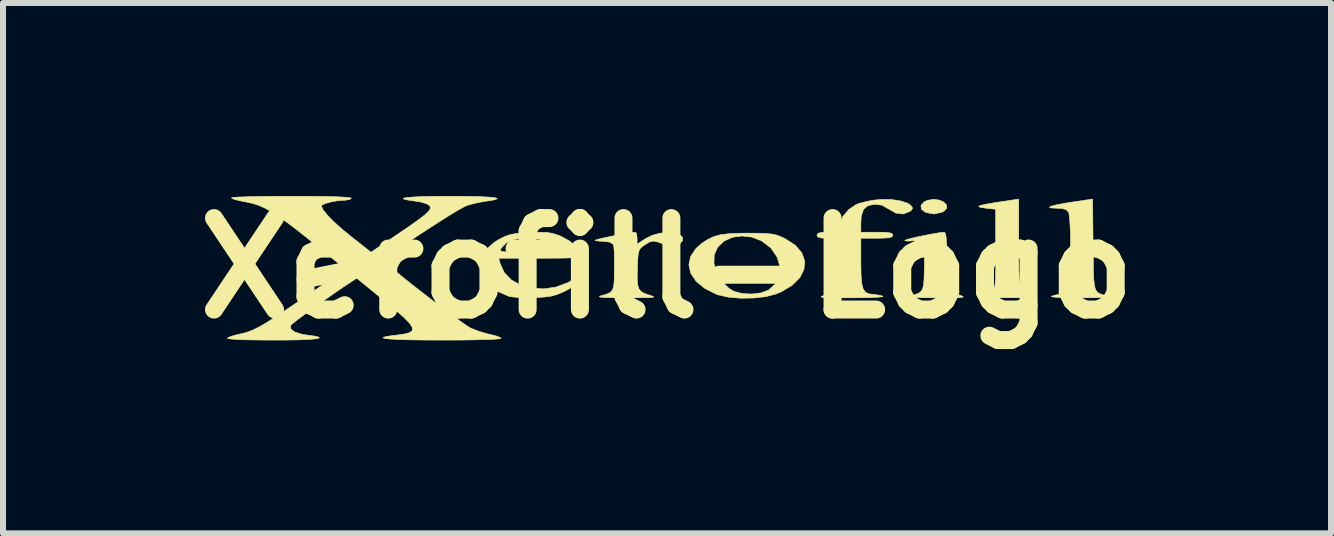
<source format=kicad_pcb>
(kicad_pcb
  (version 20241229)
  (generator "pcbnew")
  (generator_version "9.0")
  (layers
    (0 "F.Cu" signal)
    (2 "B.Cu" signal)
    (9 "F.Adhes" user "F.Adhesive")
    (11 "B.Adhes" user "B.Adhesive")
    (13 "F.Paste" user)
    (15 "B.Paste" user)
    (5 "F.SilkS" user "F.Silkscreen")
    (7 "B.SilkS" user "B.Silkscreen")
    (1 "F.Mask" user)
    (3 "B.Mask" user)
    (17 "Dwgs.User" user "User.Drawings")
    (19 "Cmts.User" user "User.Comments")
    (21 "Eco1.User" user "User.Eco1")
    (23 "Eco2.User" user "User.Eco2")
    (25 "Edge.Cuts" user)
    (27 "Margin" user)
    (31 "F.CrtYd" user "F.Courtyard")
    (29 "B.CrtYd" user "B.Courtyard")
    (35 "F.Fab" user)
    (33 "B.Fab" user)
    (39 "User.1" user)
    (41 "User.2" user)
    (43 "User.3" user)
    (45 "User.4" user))
  (footprint "Xerofill-Logo"
    (layer "F.Cu")
    (at 8.063 1.418)
    (property "Reference" "Xerofill-Logo" (at 0 0 0) (layer "F.SilkS") (effects (font (size 1.524 1.524) (thickness 0.3))))
    (attr through_hole)
    (fp_poly (pts (xy 4.537 -1.134) (xy 4.612 -1.1) (xy 4.656 -1.052) (xy 4.66 -0.999) (xy 4.614 -0.95) (xy 4.575 -0.931) (xy 4.447 -0.903) (xy 4.323 -0.926) (xy 4.303 -0.933) (xy 4.238 -0.982) (xy 4.231 -1.044) (xy 4.279 -1.102) (xy 4.338 -1.13) (xy 4.443 -1.147) (xy 4.537 -1.134)) (stroke (width 0.01) (type solid)) (fill yes) (layer "F.SilkS"))
    (fp_poly (pts (xy 5.859 -0.413) (xy 5.859 -0.163) (xy 5.861 0.028) (xy 5.867 0.17) (xy 5.879 0.271) (xy 5.899 0.34) (xy 5.931 0.385) (xy 5.975 0.414) (xy 6.034 0.437) (xy 6.088 0.454) (xy 6.124 0.468) (xy 6.125 0.479) (xy 6.084 0.486) (xy 5.995 0.49) (xy 5.851 0.492) (xy 5.676 0.492) (xy 5.477 0.492) (xy 5.339 0.489) (xy 5.259 0.483) (xy 5.23 0.475) (xy 5.248 0.463) (xy 5.26 0.46) (xy 5.332 0.44) (xy 5.385 0.421) (xy 5.424 0.393) (xy 5.45 0.347) (xy 5.465 0.274) (xy 5.473 0.166) (xy 5.476 0.014) (xy 5.476 -0.193) (xy 5.476 -0.303) (xy 5.476 -0.982) (xy 5.31 -1) (xy 5.224 -1.013) (xy 5.192 -1.027) (xy 5.215 -1.043) (xy 5.297 -1.063) (xy 5.44 -1.088) (xy 5.551 -1.105) (xy 5.859 -1.151) (xy 5.859 -0.413)) (stroke (width 0.01) (type solid)) (fill yes) (layer "F.SilkS"))
    (fp_poly (pts (xy 7.098 -0.388) (xy 7.101 -0.139) (xy 7.104 0.051) (xy 7.11 0.191) (xy 7.121 0.29) (xy 7.139 0.357) (xy 7.166 0.398) (xy 7.205 0.424) (xy 7.258 0.442) (xy 7.324 0.46) (xy 7.353 0.472) (xy 7.336 0.481) (xy 7.268 0.488) (xy 7.146 0.492) (xy 6.963 0.493) (xy 6.891 0.494) (xy 6.692 0.492) (xy 6.541 0.488) (xy 6.443 0.481) (xy 6.403 0.472) (xy 6.408 0.466) (xy 6.499 0.441) (xy 6.548 0.435) (xy 6.607 0.426) (xy 6.651 0.396) (xy 6.683 0.339) (xy 6.704 0.246) (xy 6.717 0.109) (xy 6.723 -0.08) (xy 6.725 -0.293) (xy 6.723 -0.501) (xy 6.717 -0.68) (xy 6.708 -0.819) (xy 6.697 -0.909) (xy 6.69 -0.934) (xy 6.649 -0.977) (xy 6.573 -0.996) (xy 6.501 -0.999) (xy 6.405 -1.003) (xy 6.371 -1.014) (xy 6.398 -1.032) (xy 6.483 -1.054) (xy 6.623 -1.081) (xy 6.743 -1.1) (xy 7.09 -1.151) (xy 7.098 -0.388)) (stroke (width 0.01) (type solid)) (fill yes) (layer "F.SilkS"))
    (fp_poly (pts (xy 4.638 -0.579) (xy 4.65 -0.516) (xy 4.657 -0.402) (xy 4.661 -0.231) (xy 4.661 -0.141) (xy 4.663 0.029) (xy 4.668 0.177) (xy 4.676 0.289) (xy 4.686 0.352) (xy 4.688 0.358) (xy 4.734 0.393) (xy 4.819 0.432) (xy 4.862 0.446) (xy 4.914 0.464) (xy 4.936 0.476) (xy 4.923 0.484) (xy 4.867 0.489) (xy 4.762 0.492) (xy 4.602 0.493) (xy 4.477 0.493) (xy 4.278 0.492) (xy 4.141 0.489) (xy 4.06 0.483) (xy 4.032 0.475) (xy 4.05 0.463) (xy 4.061 0.46) (xy 4.152 0.433) (xy 4.214 0.405) (xy 4.251 0.363) (xy 4.272 0.295) (xy 4.282 0.186) (xy 4.287 0.026) (xy 4.287 0.001) (xy 4.289 -0.188) (xy 4.283 -0.319) (xy 4.263 -0.402) (xy 4.226 -0.447) (xy 4.167 -0.462) (xy 4.088 -0.456) (xy 4.007 -0.451) (xy 3.964 -0.458) (xy 3.961 -0.462) (xy 3.991 -0.476) (xy 4.07 -0.497) (xy 4.181 -0.523) (xy 4.308 -0.549) (xy 4.433 -0.573) (xy 4.54 -0.591) (xy 4.613 -0.599) (xy 4.62 -0.599) (xy 4.638 -0.579)) (stroke (width 0.01) (type solid)) (fill yes) (layer "F.SilkS"))
    (fp_poly (pts (xy 1.529 -0.582) (xy 1.659 -0.577) (xy 1.755 -0.567) (xy 1.832 -0.549) (xy 1.906 -0.52) (xy 1.971 -0.489) (xy 2.138 -0.381) (xy 2.245 -0.255) (xy 2.293 -0.119) (xy 2.281 0.02) (xy 2.213 0.156) (xy 2.088 0.282) (xy 1.909 0.39) (xy 1.814 0.43) (xy 1.645 0.474) (xy 1.441 0.497) (xy 1.225 0.5) (xy 1.02 0.482) (xy 0.851 0.444) (xy 0.827 0.436) (xy 0.628 0.336) (xy 0.484 0.217) (xy 0.395 0.084) (xy 0.364 -0.055) (xy 0.369 -0.078) (xy 0.782 -0.078) (xy 0.829 0.077) (xy 0.914 0.221) (xy 1.03 0.336) (xy 1.114 0.386) (xy 1.253 0.423) (xy 1.416 0.431) (xy 1.572 0.411) (xy 1.691 0.365) (xy 1.809 0.26) (xy 1.872 0.126) (xy 1.882 -0.025) (xy 1.837 -0.18) (xy 1.738 -0.327) (xy 1.715 -0.35) (xy 1.574 -0.456) (xy 1.414 -0.518) (xy 1.248 -0.537) (xy 1.09 -0.515) (xy 0.952 -0.453) (xy 0.846 -0.354) (xy 0.786 -0.223) (xy 0.782 -0.078) (xy 0.369 -0.078) (xy 0.393 -0.195) (xy 0.483 -0.329) (xy 0.574 -0.409) (xy 0.676 -0.477) (xy 0.777 -0.525) (xy 0.89 -0.557) (xy 1.032 -0.574) (xy 1.216 -0.582) (xy 1.348 -0.583) (xy 1.529 -0.582)) (stroke (width 0.01) (type solid)) (fill yes) (layer "F.SilkS"))
    (fp_poly (pts (xy -0.507 -0.57) (xy -0.499 -0.5) (xy -0.499 -0.499) (xy -0.499 -0.399) (xy -0.363 -0.489) (xy -0.248 -0.546) (xy -0.12 -0.582) (xy 0.007 -0.595) (xy 0.121 -0.588) (xy 0.209 -0.561) (xy 0.257 -0.514) (xy 0.257 -0.455) (xy 0.204 -0.401) (xy 0.111 -0.375) (xy 0.003 -0.382) (xy -0.047 -0.397) (xy -0.157 -0.438) (xy -0.231 -0.452) (xy -0.292 -0.437) (xy -0.364 -0.394) (xy -0.367 -0.392) (xy -0.423 -0.352) (xy -0.458 -0.313) (xy -0.477 -0.258) (xy -0.487 -0.171) (xy -0.492 -0.034) (xy -0.493 -0.032) (xy -0.497 0.141) (xy -0.492 0.261) (xy -0.472 0.34) (xy -0.434 0.389) (xy -0.372 0.422) (xy -0.308 0.444) (xy -0.252 0.462) (xy -0.224 0.475) (xy -0.231 0.484) (xy -0.28 0.489) (xy -0.378 0.491) (xy -0.53 0.492) (xy -0.682 0.492) (xy -0.882 0.492) (xy -1.019 0.489) (xy -1.1 0.483) (xy -1.128 0.475) (xy -1.11 0.463) (xy -1.099 0.46) (xy -1.006 0.433) (xy -0.945 0.404) (xy -0.907 0.362) (xy -0.887 0.291) (xy -0.878 0.181) (xy -0.874 0.017) (xy -0.874 0.013) (xy -0.873 -0.14) (xy -0.878 -0.27) (xy -0.887 -0.363) (xy -0.897 -0.399) (xy -0.955 -0.434) (xy -1.058 -0.448) (xy -1.064 -0.448) (xy -1.148 -0.452) (xy -1.195 -0.462) (xy -1.198 -0.466) (xy -1.168 -0.477) (xy -1.089 -0.497) (xy -0.978 -0.521) (xy -0.851 -0.547) (xy -0.725 -0.57) (xy -0.616 -0.589) (xy -0.542 -0.599) (xy -0.524 -0.6) (xy -0.507 -0.57)) (stroke (width 0.01) (type solid)) (fill yes) (layer "F.SilkS"))
    (fp_poly (pts (xy 3.751 -1.142) (xy 3.901 -1.118) (xy 4.016 -1.078) (xy 4.06 -1.046) (xy 4.092 -1.003) (xy 4.072 -0.967) (xy 4.047 -0.947) (xy 3.936 -0.903) (xy 3.812 -0.918) (xy 3.701 -0.982) (xy 3.581 -1.05) (xy 3.468 -1.065) (xy 3.35 -1.045) (xy 3.274 -0.981) (xy 3.236 -0.867) (xy 3.229 -0.758) (xy 3.229 -0.599) (xy 3.495 -0.599) (xy 3.632 -0.597) (xy 3.714 -0.588) (xy 3.753 -0.571) (xy 3.762 -0.549) (xy 3.749 -0.524) (xy 3.704 -0.508) (xy 3.613 -0.501) (xy 3.495 -0.499) (xy 3.229 -0.499) (xy 3.229 -0.088) (xy 3.232 0.11) (xy 3.243 0.251) (xy 3.267 0.345) (xy 3.306 0.401) (xy 3.364 0.428) (xy 3.431 0.436) (xy 3.529 0.449) (xy 3.595 0.466) (xy 3.593 0.475) (xy 3.531 0.482) (xy 3.416 0.488) (xy 3.255 0.492) (xy 3.079 0.493) (xy 2.869 0.493) (xy 2.719 0.491) (xy 2.623 0.488) (xy 2.575 0.483) (xy 2.568 0.474) (xy 2.595 0.462) (xy 2.634 0.451) (xy 2.733 0.421) (xy 2.807 0.394) (xy 2.826 0.385) (xy 2.843 0.34) (xy 2.856 0.23) (xy 2.862 0.057) (xy 2.863 -0.069) (xy 2.863 -0.499) (xy 2.68 -0.499) (xy 2.569 -0.504) (xy 2.513 -0.52) (xy 2.497 -0.549) (xy 2.513 -0.58) (xy 2.572 -0.595) (xy 2.676 -0.599) (xy 2.854 -0.599) (xy 2.875 -0.725) (xy 2.926 -0.857) (xy 3.028 -0.977) (xy 3.147 -1.058) (xy 3.215 -1.083) (xy 3.323 -1.11) (xy 3.422 -1.131) (xy 3.585 -1.147) (xy 3.751 -1.142)) (stroke (width 0.01) (type solid)) (fill yes) (layer "F.SilkS"))
    (fp_poly (pts (xy -1.996 -0.594) (xy -1.904 -0.579) (xy -1.818 -0.551) (xy -1.769 -0.532) (xy -1.622 -0.451) (xy -1.519 -0.356) (xy -1.468 -0.259) (xy -1.465 -0.229) (xy -1.468 -0.207) (xy -1.485 -0.192) (xy -1.522 -0.181) (xy -1.59 -0.173) (xy -1.696 -0.169) (xy -1.849 -0.167) (xy -2.057 -0.166) (xy -2.134 -0.166) (xy -2.804 -0.166) (xy -2.781 -0.077) (xy -2.711 0.076) (xy -2.592 0.197) (xy -2.436 0.284) (xy -2.252 0.334) (xy -2.054 0.345) (xy -1.85 0.315) (xy -1.653 0.242) (xy -1.549 0.182) (xy -1.466 0.133) (xy -1.402 0.109) (xy -1.387 0.109) (xy -1.378 0.136) (xy -1.415 0.186) (xy -1.488 0.25) (xy -1.586 0.318) (xy -1.697 0.38) (xy -1.723 0.393) (xy -1.832 0.438) (xy -1.936 0.467) (xy -2.059 0.482) (xy -2.225 0.489) (xy -2.23 0.489) (xy -2.379 0.49) (xy -2.51 0.485) (xy -2.604 0.475) (xy -2.63 0.47) (xy -2.835 0.381) (xy -2.982 0.264) (xy -3.069 0.123) (xy -3.096 -0.028) (xy -3.074 -0.188) (xy -3.011 -0.306) (xy -2.775 -0.306) (xy -2.77 -0.288) (xy -2.739 -0.276) (xy -2.672 -0.27) (xy -2.56 -0.267) (xy -2.393 -0.266) (xy -2.349 -0.266) (xy -1.899 -0.266) (xy -1.936 -0.347) (xy -2.007 -0.428) (xy -2.121 -0.482) (xy -2.262 -0.507) (xy -2.413 -0.505) (xy -2.558 -0.476) (xy -2.679 -0.421) (xy -2.76 -0.338) (xy -2.763 -0.333) (xy -2.775 -0.306) (xy -3.011 -0.306) (xy -3.004 -0.319) (xy -2.879 -0.43) (xy -2.794 -0.482) (xy -2.7 -0.529) (xy -2.614 -0.559) (xy -2.515 -0.578) (xy -2.381 -0.589) (xy -2.278 -0.593) (xy -2.114 -0.598) (xy -1.996 -0.594)) (stroke (width 0.01) (type solid)) (fill yes) (layer "F.SilkS"))
    (fp_poly (pts (xy -3.34 -1.197) (xy -3.124 -1.192) (xy -2.966 -1.184) (xy -2.867 -1.173) (xy -2.829 -1.16) (xy -2.854 -1.144) (xy -2.942 -1.126) (xy -3.02 -1.116) (xy -3.155 -1.092) (xy -3.288 -1.059) (xy -3.345 -1.04) (xy -3.409 -1.008) (xy -3.514 -0.948) (xy -3.649 -0.866) (xy -3.805 -0.767) (xy -3.974 -0.659) (xy -4.145 -0.547) (xy -4.311 -0.437) (xy -4.46 -0.335) (xy -4.585 -0.248) (xy -4.676 -0.181) (xy -4.723 -0.141) (xy -4.727 -0.133) (xy -4.702 -0.103) (xy -4.631 -0.039) (xy -4.524 0.051) (xy -4.388 0.162) (xy -4.232 0.286) (xy -4.063 0.418) (xy -3.892 0.55) (xy -3.725 0.677) (xy -3.571 0.792) (xy -3.438 0.888) (xy -3.336 0.959) (xy -3.271 0.999) (xy -3.267 1) (xy -3.145 1.049) (xy -3.002 1.091) (xy -2.943 1.105) (xy -2.844 1.13) (xy -2.779 1.155) (xy -2.763 1.17) (xy -2.795 1.177) (xy -2.885 1.184) (xy -3.026 1.189) (xy -3.208 1.194) (xy -3.424 1.197) (xy -3.666 1.198) (xy -3.745 1.198) (xy -4.055 1.197) (xy -4.308 1.193) (xy -4.504 1.187) (xy -4.64 1.178) (xy -4.716 1.167) (xy -4.729 1.154) (xy -4.679 1.139) (xy -4.565 1.122) (xy -4.518 1.117) (xy -4.385 1.099) (xy -4.293 1.076) (xy -4.245 1.041) (xy -4.242 0.991) (xy -4.286 0.92) (xy -4.379 0.824) (xy -4.521 0.698) (xy -4.715 0.537) (xy -4.717 0.536) (xy -5.17 0.166) (xy -5.259 0.225) (xy -5.4 0.318) (xy -5.555 0.425) (xy -5.717 0.538) (xy -5.874 0.65) (xy -6.017 0.754) (xy -6.138 0.844) (xy -6.225 0.912) (xy -6.27 0.951) (xy -6.273 0.956) (xy -6.266 1.016) (xy -6.198 1.066) (xy -6.074 1.103) (xy -5.993 1.115) (xy -5.863 1.133) (xy -5.798 1.15) (xy -5.795 1.164) (xy -5.853 1.177) (xy -5.97 1.187) (xy -6.144 1.194) (xy -6.373 1.198) (xy -6.558 1.198) (xy -6.776 1.197) (xy -6.97 1.194) (xy -7.13 1.189) (xy -7.247 1.182) (xy -7.313 1.174) (xy -7.324 1.169) (xy -7.294 1.148) (xy -7.217 1.122) (xy -7.132 1.101) (xy -7.048 1.082) (xy -6.969 1.058) (xy -6.887 1.025) (xy -6.794 0.978) (xy -6.682 0.914) (xy -6.544 0.826) (xy -6.372 0.712) (xy -6.158 0.567) (xy -6.011 0.466) (xy -5.356 0.017) (xy -5.437 -0.05) (xy -5.724 -0.284) (xy -5.965 -0.479) (xy -6.167 -0.639) (xy -6.336 -0.767) (xy -6.478 -0.868) (xy -6.598 -0.945) (xy -6.703 -1.003) (xy -6.798 -1.045) (xy -6.889 -1.075) (xy -6.982 -1.097) (xy -7.044 -1.109) (xy -7.153 -1.131) (xy -7.23 -1.154) (xy -7.257 -1.172) (xy -7.225 -1.179) (xy -7.135 -1.185) (xy -6.994 -1.19) (xy -6.811 -1.194) (xy -6.594 -1.197) (xy -6.352 -1.198) (xy -6.258 -1.198) (xy -5.945 -1.197) (xy -5.687 -1.194) (xy -5.488 -1.189) (xy -5.35 -1.181) (xy -5.274 -1.172) (xy -5.26 -1.165) (xy -5.289 -1.144) (xy -5.362 -1.132) (xy -5.385 -1.132) (xy -5.49 -1.124) (xy -5.599 -1.104) (xy -5.692 -1.078) (xy -5.75 -1.05) (xy -5.759 -1.036) (xy -5.733 -0.975) (xy -5.66 -0.884) (xy -5.547 -0.769) (xy -5.401 -0.639) (xy -5.254 -0.519) (xy -4.932 -0.266) (xy -4.505 -0.554) (xy -4.305 -0.69) (xy -4.155 -0.796) (xy -4.049 -0.876) (xy -3.983 -0.936) (xy -3.949 -0.98) (xy -3.943 -1.015) (xy -3.959 -1.045) (xy -3.959 -1.045) (xy -4.015 -1.077) (xy -4.115 -1.105) (xy -4.197 -1.118) (xy -4.325 -1.136) (xy -4.388 -1.152) (xy -4.389 -1.166) (xy -4.329 -1.177) (xy -4.21 -1.187) (xy -4.034 -1.194) (xy -3.804 -1.198) (xy -3.612 -1.198) (xy -3.34 -1.197)) (stroke (width 0.01) (type solid)) (fill yes) (layer "F.SilkS")))
  (gr_rect
    (start -3 -3)
    (end 19.125 5.836)
    (stroke (width 0.1) (type default))
    (fill no)
    (layer "Edge.Cuts")))
</source>
